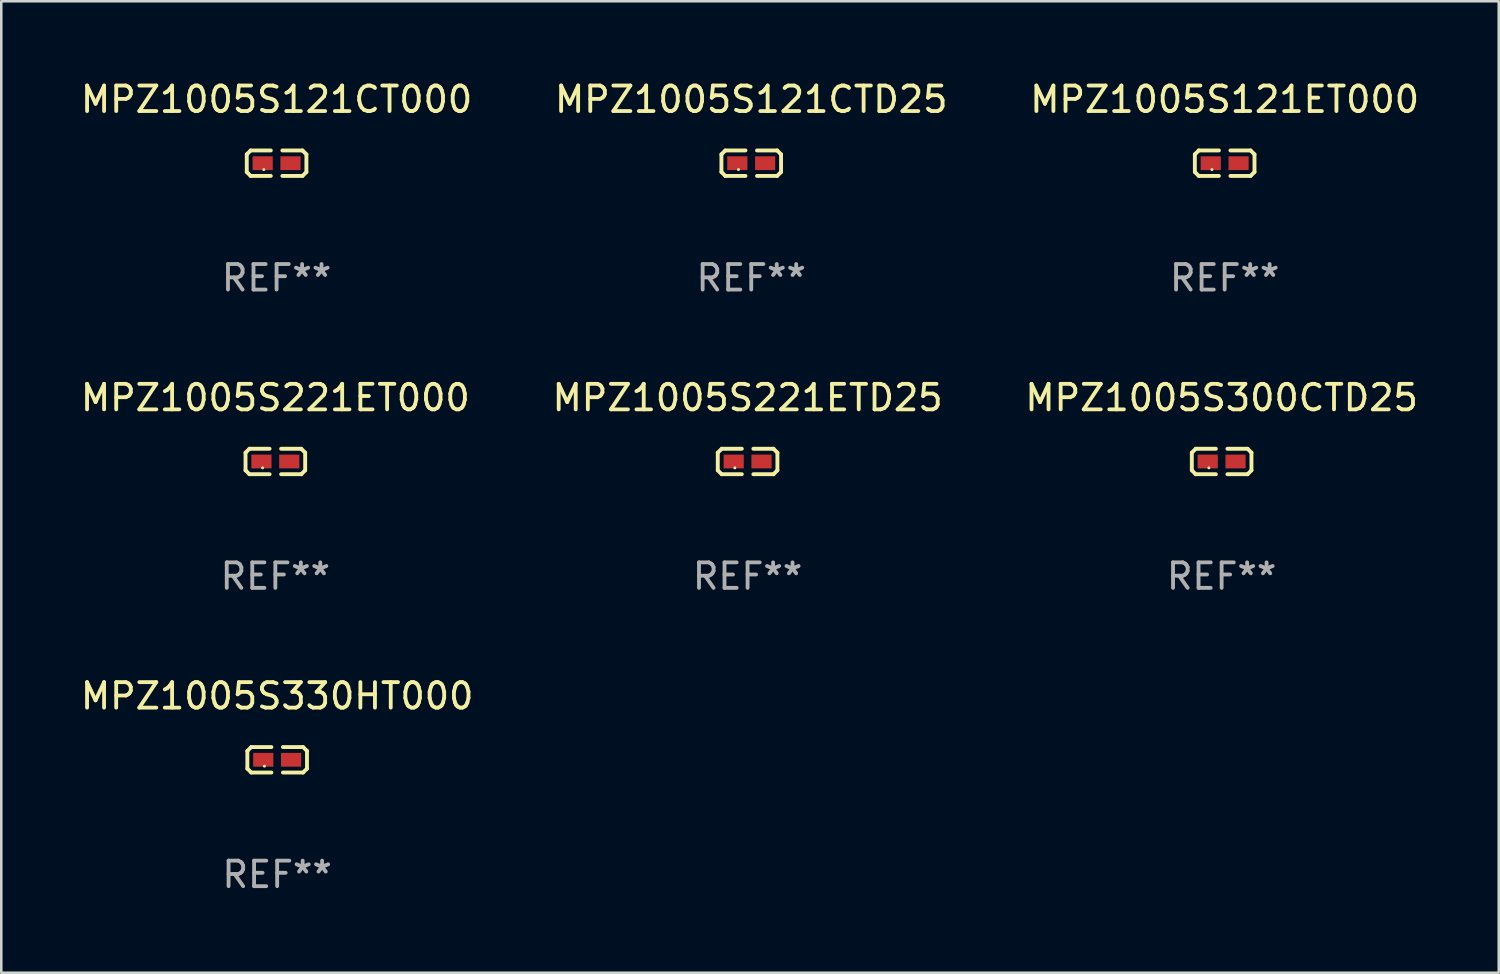
<source format=kicad_pcb>
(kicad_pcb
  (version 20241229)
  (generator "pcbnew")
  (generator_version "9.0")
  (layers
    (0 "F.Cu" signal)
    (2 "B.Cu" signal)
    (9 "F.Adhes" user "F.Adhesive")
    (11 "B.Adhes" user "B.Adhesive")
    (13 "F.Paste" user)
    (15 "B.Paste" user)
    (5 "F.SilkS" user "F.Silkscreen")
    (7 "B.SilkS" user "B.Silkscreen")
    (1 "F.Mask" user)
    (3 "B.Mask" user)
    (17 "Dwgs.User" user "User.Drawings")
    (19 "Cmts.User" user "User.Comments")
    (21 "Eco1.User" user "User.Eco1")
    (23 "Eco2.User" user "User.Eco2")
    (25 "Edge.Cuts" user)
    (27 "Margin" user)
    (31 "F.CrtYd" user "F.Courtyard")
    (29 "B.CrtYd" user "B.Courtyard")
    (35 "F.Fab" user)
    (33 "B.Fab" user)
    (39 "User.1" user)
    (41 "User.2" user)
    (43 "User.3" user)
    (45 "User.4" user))
  (footprint "MPZ1005S300CTD25"
    (layer "F.Cu")
    (at 44.839 15.041)
    (property "Reference" "MPZ1005S300CTD25" (at 0 -2.499 0) (layer "F.SilkS") (effects (font (size 1 1) (thickness 0.15))))
    (attr through_hole)
    (fp_line (start -1.169 -0.346) (end -1.016 -0.499) (stroke (width 0.152) (type solid)) (layer "F.SilkS"))
    (fp_line (start -1.169 0.346) (end -1.169 -0.346) (stroke (width 0.152) (type solid)) (layer "F.SilkS"))
    (fp_line (start -1.016 -0.499) (end -0.226 -0.499) (stroke (width 0.152) (type solid)) (layer "F.SilkS"))
    (fp_line (start -1.016 0.499) (end -1.169 0.346) (stroke (width 0.152) (type solid)) (layer "F.SilkS"))
    (fp_line (start -0.226 0.499) (end -1.016 0.499) (stroke (width 0.152) (type solid)) (layer "F.SilkS"))
    (fp_line (start 0.226 0.499) (end 1.016 0.499) (stroke (width 0.152) (type solid)) (layer "F.SilkS"))
    (fp_line (start 1.016 -0.499) (end 0.226 -0.499) (stroke (width 0.152) (type solid)) (layer "F.SilkS"))
    (fp_line (start 1.016 0.499) (end 1.169 0.346) (stroke (width 0.152) (type solid)) (layer "F.SilkS"))
    (fp_line (start 1.169 -0.346) (end 1.016 -0.499) (stroke (width 0.152) (type solid)) (layer "F.SilkS"))
    (fp_line (start 1.169 0.346) (end 1.169 -0.346) (stroke (width 0.152) (type solid)) (layer "F.SilkS"))
    (fp_circle (center -0.5 0.25) (end -0.47 0.25) (stroke (width 0.06) (type solid)) (fill no) (layer "F.SilkS"))
    (fp_text user "REF**" (at 0 4.499 0) (layer "F.Fab") (effects (font (size 1 1) (thickness 0.15))))
    (pad "1" smd rect (at -0.545 0) (size 0.79 0.54) (layers "F.Cu" "F.Mask" "F.Paste"))
    (pad "2" smd rect (at 0.545 0) (size 0.79 0.54) (layers "F.Cu" "F.Mask" "F.Paste")))
  (footprint "MPZ1005S121ET000"
    (layer "F.Cu")
    (at 44.958 3.347)
    (property "Reference" "MPZ1005S121ET000" (at 0 -2.499 0) (layer "F.SilkS") (effects (font (size 1 1) (thickness 0.15))))
    (attr through_hole)
    (fp_line (start -1.169 -0.346) (end -1.016 -0.499) (stroke (width 0.152) (type solid)) (layer "F.SilkS"))
    (fp_line (start -1.169 0.346) (end -1.169 -0.346) (stroke (width 0.152) (type solid)) (layer "F.SilkS"))
    (fp_line (start -1.016 -0.499) (end -0.226 -0.499) (stroke (width 0.152) (type solid)) (layer "F.SilkS"))
    (fp_line (start -1.016 0.499) (end -1.169 0.346) (stroke (width 0.152) (type solid)) (layer "F.SilkS"))
    (fp_line (start -0.226 0.499) (end -1.016 0.499) (stroke (width 0.152) (type solid)) (layer "F.SilkS"))
    (fp_line (start 0.226 0.499) (end 1.016 0.499) (stroke (width 0.152) (type solid)) (layer "F.SilkS"))
    (fp_line (start 1.016 -0.499) (end 0.226 -0.499) (stroke (width 0.152) (type solid)) (layer "F.SilkS"))
    (fp_line (start 1.016 0.499) (end 1.169 0.346) (stroke (width 0.152) (type solid)) (layer "F.SilkS"))
    (fp_line (start 1.169 -0.346) (end 1.016 -0.499) (stroke (width 0.152) (type solid)) (layer "F.SilkS"))
    (fp_line (start 1.169 0.346) (end 1.169 -0.346) (stroke (width 0.152) (type solid)) (layer "F.SilkS"))
    (fp_circle (center -0.5 0.25) (end -0.47 0.25) (stroke (width 0.06) (type solid)) (fill no) (layer "F.SilkS"))
    (fp_text user "REF**" (at 0 4.499 0) (layer "F.Fab") (effects (font (size 1 1) (thickness 0.15))))
    (pad "1" smd rect (at -0.545 0) (size 0.79 0.54) (layers "F.Cu" "F.Mask" "F.Paste"))
    (pad "2" smd rect (at 0.545 0) (size 0.79 0.54) (layers "F.Cu" "F.Mask" "F.Paste")))
  (footprint "MPZ1005S221ETD25"
    (layer "F.Cu")
    (at 26.256 15.041)
    (property "Reference" "MPZ1005S221ETD25" (at 0 -2.499 0) (layer "F.SilkS") (effects (font (size 1 1) (thickness 0.15))))
    (attr through_hole)
    (fp_line (start -1.169 -0.346) (end -1.016 -0.499) (stroke (width 0.152) (type solid)) (layer "F.SilkS"))
    (fp_line (start -1.169 0.346) (end -1.169 -0.346) (stroke (width 0.152) (type solid)) (layer "F.SilkS"))
    (fp_line (start -1.016 -0.499) (end -0.226 -0.499) (stroke (width 0.152) (type solid)) (layer "F.SilkS"))
    (fp_line (start -1.016 0.499) (end -1.169 0.346) (stroke (width 0.152) (type solid)) (layer "F.SilkS"))
    (fp_line (start -0.226 0.499) (end -1.016 0.499) (stroke (width 0.152) (type solid)) (layer "F.SilkS"))
    (fp_line (start 0.226 0.499) (end 1.016 0.499) (stroke (width 0.152) (type solid)) (layer "F.SilkS"))
    (fp_line (start 1.016 -0.499) (end 0.226 -0.499) (stroke (width 0.152) (type solid)) (layer "F.SilkS"))
    (fp_line (start 1.016 0.499) (end 1.169 0.346) (stroke (width 0.152) (type solid)) (layer "F.SilkS"))
    (fp_line (start 1.169 -0.346) (end 1.016 -0.499) (stroke (width 0.152) (type solid)) (layer "F.SilkS"))
    (fp_line (start 1.169 0.346) (end 1.169 -0.346) (stroke (width 0.152) (type solid)) (layer "F.SilkS"))
    (fp_circle (center -0.5 0.25) (end -0.47 0.25) (stroke (width 0.06) (type solid)) (fill no) (layer "F.SilkS"))
    (fp_text user "REF**" (at 0 4.499 0) (layer "F.Fab") (effects (font (size 1 1) (thickness 0.15))))
    (pad "1" smd rect (at -0.545 0) (size 0.79 0.54) (layers "F.Cu" "F.Mask" "F.Paste"))
    (pad "2" smd rect (at 0.545 0) (size 0.79 0.54) (layers "F.Cu" "F.Mask" "F.Paste")))
  (footprint "MPZ1005S121CT000"
    (layer "F.Cu")
    (at 7.792 3.347)
    (property "Reference" "MPZ1005S121CT000" (at 0 -2.499 0) (layer "F.SilkS") (effects (font (size 1 1) (thickness 0.15))))
    (attr through_hole)
    (fp_line (start -1.169 -0.346) (end -1.016 -0.499) (stroke (width 0.152) (type solid)) (layer "F.SilkS"))
    (fp_line (start -1.169 0.346) (end -1.169 -0.346) (stroke (width 0.152) (type solid)) (layer "F.SilkS"))
    (fp_line (start -1.016 -0.499) (end -0.226 -0.499) (stroke (width 0.152) (type solid)) (layer "F.SilkS"))
    (fp_line (start -1.016 0.499) (end -1.169 0.346) (stroke (width 0.152) (type solid)) (layer "F.SilkS"))
    (fp_line (start -0.226 0.499) (end -1.016 0.499) (stroke (width 0.152) (type solid)) (layer "F.SilkS"))
    (fp_line (start 0.226 0.499) (end 1.016 0.499) (stroke (width 0.152) (type solid)) (layer "F.SilkS"))
    (fp_line (start 1.016 -0.499) (end 0.226 -0.499) (stroke (width 0.152) (type solid)) (layer "F.SilkS"))
    (fp_line (start 1.016 0.499) (end 1.169 0.346) (stroke (width 0.152) (type solid)) (layer "F.SilkS"))
    (fp_line (start 1.169 -0.346) (end 1.016 -0.499) (stroke (width 0.152) (type solid)) (layer "F.SilkS"))
    (fp_line (start 1.169 0.346) (end 1.169 -0.346) (stroke (width 0.152) (type solid)) (layer "F.SilkS"))
    (fp_circle (center -0.5 0.25) (end -0.47 0.25) (stroke (width 0.06) (type solid)) (fill no) (layer "F.SilkS"))
    (fp_text user "REF**" (at 0 4.499 0) (layer "F.Fab") (effects (font (size 1 1) (thickness 0.15))))
    (pad "1" smd rect (at -0.545 0) (size 0.79 0.54) (layers "F.Cu" "F.Mask" "F.Paste"))
    (pad "2" smd rect (at 0.545 0) (size 0.79 0.54) (layers "F.Cu" "F.Mask" "F.Paste")))
  (footprint "MPZ1005S221ET000"
    (layer "F.Cu")
    (at 7.744 15.041)
    (property "Reference" "MPZ1005S221ET000" (at 0 -2.499 0) (layer "F.SilkS") (effects (font (size 1 1) (thickness 0.15))))
    (attr through_hole)
    (fp_line (start -1.169 -0.346) (end -1.016 -0.499) (stroke (width 0.152) (type solid)) (layer "F.SilkS"))
    (fp_line (start -1.169 0.346) (end -1.169 -0.346) (stroke (width 0.152) (type solid)) (layer "F.SilkS"))
    (fp_line (start -1.016 -0.499) (end -0.226 -0.499) (stroke (width 0.152) (type solid)) (layer "F.SilkS"))
    (fp_line (start -1.016 0.499) (end -1.169 0.346) (stroke (width 0.152) (type solid)) (layer "F.SilkS"))
    (fp_line (start -0.226 0.499) (end -1.016 0.499) (stroke (width 0.152) (type solid)) (layer "F.SilkS"))
    (fp_line (start 0.226 0.499) (end 1.016 0.499) (stroke (width 0.152) (type solid)) (layer "F.SilkS"))
    (fp_line (start 1.016 -0.499) (end 0.226 -0.499) (stroke (width 0.152) (type solid)) (layer "F.SilkS"))
    (fp_line (start 1.016 0.499) (end 1.169 0.346) (stroke (width 0.152) (type solid)) (layer "F.SilkS"))
    (fp_line (start 1.169 -0.346) (end 1.016 -0.499) (stroke (width 0.152) (type solid)) (layer "F.SilkS"))
    (fp_line (start 1.169 0.346) (end 1.169 -0.346) (stroke (width 0.152) (type solid)) (layer "F.SilkS"))
    (fp_circle (center -0.5 0.25) (end -0.47 0.25) (stroke (width 0.06) (type solid)) (fill no) (layer "F.SilkS"))
    (fp_text user "REF**" (at 0 4.499 0) (layer "F.Fab") (effects (font (size 1 1) (thickness 0.15))))
    (pad "1" smd rect (at -0.545 0) (size 0.79 0.54) (layers "F.Cu" "F.Mask" "F.Paste"))
    (pad "2" smd rect (at 0.545 0) (size 0.79 0.54) (layers "F.Cu" "F.Mask" "F.Paste")))
  (footprint "MPZ1005S330HT000"
    (layer "F.Cu")
    (at 7.815 26.734)
    (property "Reference" "MPZ1005S330HT000" (at 0 -2.499 0) (layer "F.SilkS") (effects (font (size 1 1) (thickness 0.15))))
    (attr through_hole)
    (fp_line (start -1.169 -0.346) (end -1.016 -0.499) (stroke (width 0.152) (type solid)) (layer "F.SilkS"))
    (fp_line (start -1.169 0.346) (end -1.169 -0.346) (stroke (width 0.152) (type solid)) (layer "F.SilkS"))
    (fp_line (start -1.016 -0.499) (end -0.226 -0.499) (stroke (width 0.152) (type solid)) (layer "F.SilkS"))
    (fp_line (start -1.016 0.499) (end -1.169 0.346) (stroke (width 0.152) (type solid)) (layer "F.SilkS"))
    (fp_line (start -0.226 0.499) (end -1.016 0.499) (stroke (width 0.152) (type solid)) (layer "F.SilkS"))
    (fp_line (start 0.226 0.499) (end 1.016 0.499) (stroke (width 0.152) (type solid)) (layer "F.SilkS"))
    (fp_line (start 1.016 -0.499) (end 0.226 -0.499) (stroke (width 0.152) (type solid)) (layer "F.SilkS"))
    (fp_line (start 1.016 0.499) (end 1.169 0.346) (stroke (width 0.152) (type solid)) (layer "F.SilkS"))
    (fp_line (start 1.169 -0.346) (end 1.016 -0.499) (stroke (width 0.152) (type solid)) (layer "F.SilkS"))
    (fp_line (start 1.169 0.346) (end 1.169 -0.346) (stroke (width 0.152) (type solid)) (layer "F.SilkS"))
    (fp_circle (center -0.5 0.25) (end -0.47 0.25) (stroke (width 0.06) (type solid)) (fill no) (layer "F.SilkS"))
    (fp_text user "REF**" (at 0 4.499 0) (layer "F.Fab") (effects (font (size 1 1) (thickness 0.15))))
    (pad "1" smd rect (at -0.545 0) (size 0.79 0.54) (layers "F.Cu" "F.Mask" "F.Paste"))
    (pad "2" smd rect (at 0.545 0) (size 0.79 0.54) (layers "F.Cu" "F.Mask" "F.Paste")))
  (footprint "MPZ1005S121CTD25"
    (layer "F.Cu")
    (at 26.399 3.347)
    (property "Reference" "MPZ1005S121CTD25" (at 0 -2.499 0) (layer "F.SilkS") (effects (font (size 1 1) (thickness 0.15))))
    (attr through_hole)
    (fp_line (start -1.169 -0.346) (end -1.016 -0.499) (stroke (width 0.152) (type solid)) (layer "F.SilkS"))
    (fp_line (start -1.169 0.346) (end -1.169 -0.346) (stroke (width 0.152) (type solid)) (layer "F.SilkS"))
    (fp_line (start -1.016 -0.499) (end -0.226 -0.499) (stroke (width 0.152) (type solid)) (layer "F.SilkS"))
    (fp_line (start -1.016 0.499) (end -1.169 0.346) (stroke (width 0.152) (type solid)) (layer "F.SilkS"))
    (fp_line (start -0.226 0.499) (end -1.016 0.499) (stroke (width 0.152) (type solid)) (layer "F.SilkS"))
    (fp_line (start 0.226 0.499) (end 1.016 0.499) (stroke (width 0.152) (type solid)) (layer "F.SilkS"))
    (fp_line (start 1.016 -0.499) (end 0.226 -0.499) (stroke (width 0.152) (type solid)) (layer "F.SilkS"))
    (fp_line (start 1.016 0.499) (end 1.169 0.346) (stroke (width 0.152) (type solid)) (layer "F.SilkS"))
    (fp_line (start 1.169 -0.346) (end 1.016 -0.499) (stroke (width 0.152) (type solid)) (layer "F.SilkS"))
    (fp_line (start 1.169 0.346) (end 1.169 -0.346) (stroke (width 0.152) (type solid)) (layer "F.SilkS"))
    (fp_circle (center -0.5 0.25) (end -0.47 0.25) (stroke (width 0.06) (type solid)) (fill no) (layer "F.SilkS"))
    (fp_text user "REF**" (at 0 4.499 0) (layer "F.Fab") (effects (font (size 1 1) (thickness 0.15))))
    (pad "1" smd rect (at -0.545 0) (size 0.79 0.54) (layers "F.Cu" "F.Mask" "F.Paste"))
    (pad "2" smd rect (at 0.545 0) (size 0.79 0.54) (layers "F.Cu" "F.Mask" "F.Paste")))
  (gr_rect
    (start -3 -3)
    (end 55.702 35.081)
    (stroke (width 0.1) (type default))
    (fill no)
    (layer "Edge.Cuts")))
</source>
